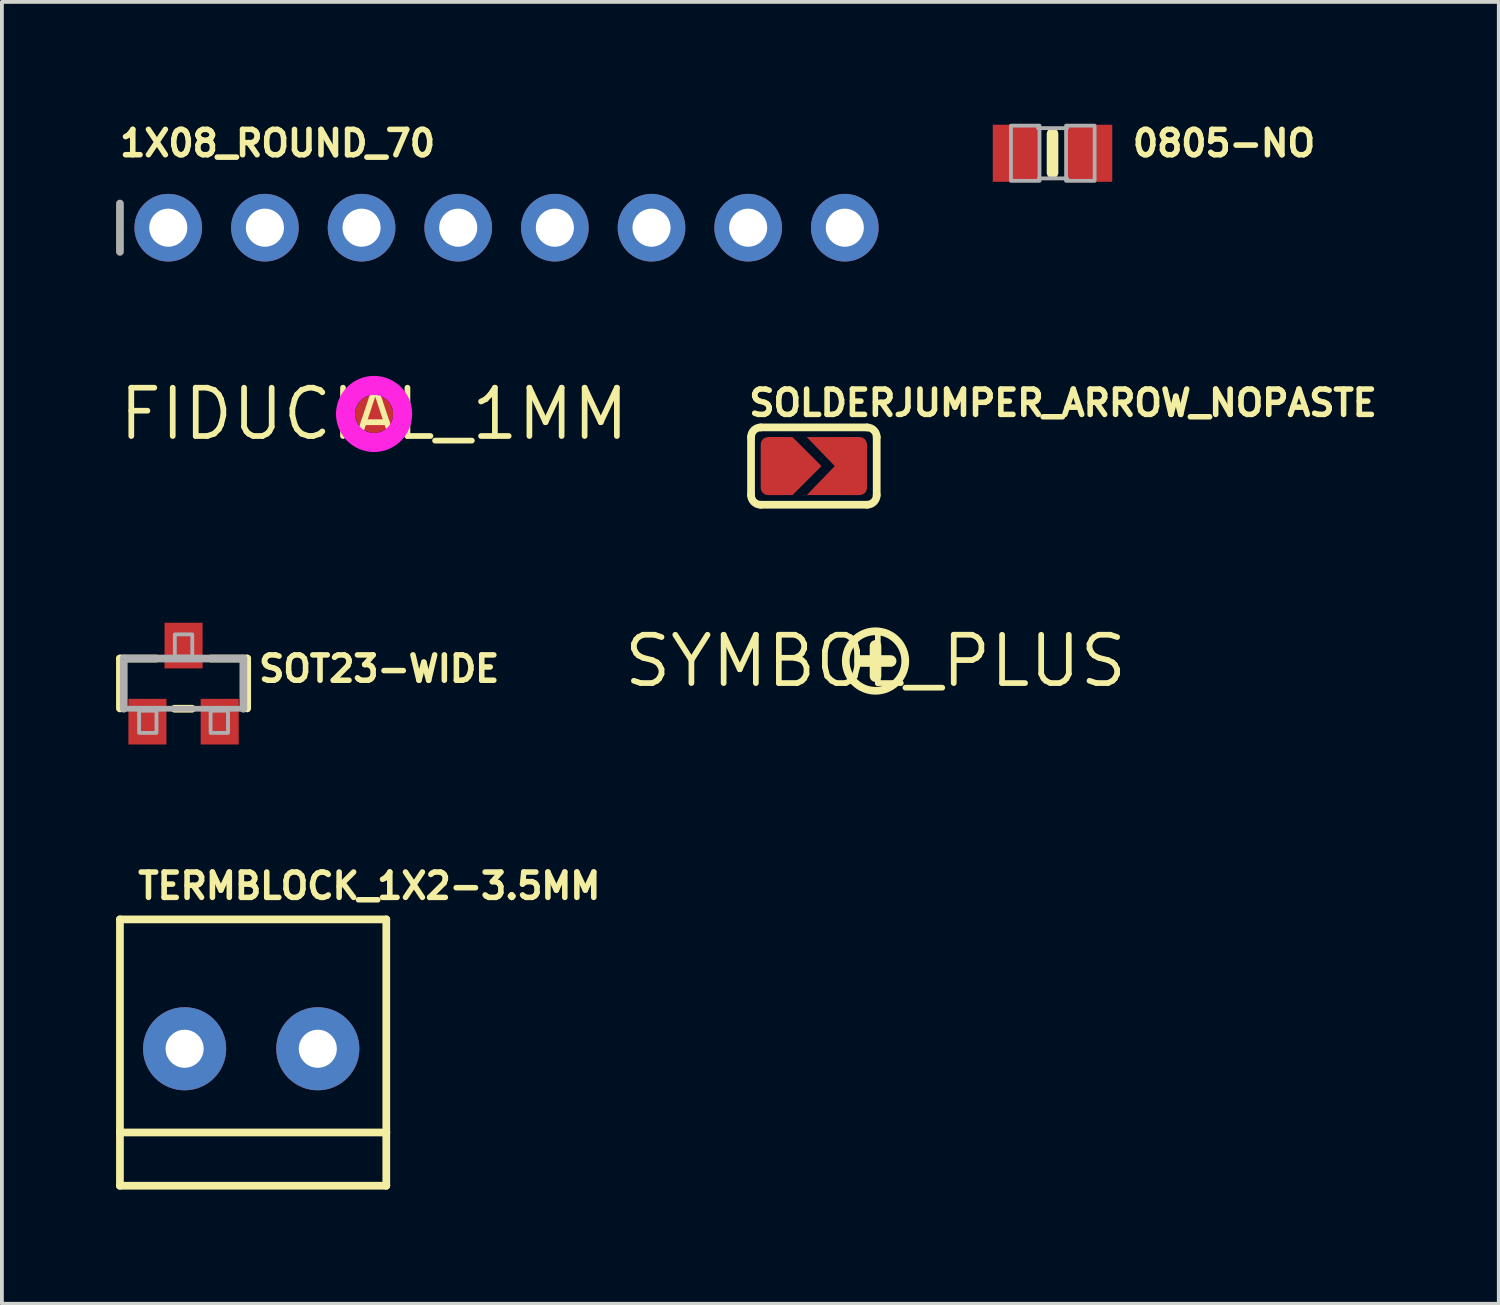
<source format=kicad_pcb>
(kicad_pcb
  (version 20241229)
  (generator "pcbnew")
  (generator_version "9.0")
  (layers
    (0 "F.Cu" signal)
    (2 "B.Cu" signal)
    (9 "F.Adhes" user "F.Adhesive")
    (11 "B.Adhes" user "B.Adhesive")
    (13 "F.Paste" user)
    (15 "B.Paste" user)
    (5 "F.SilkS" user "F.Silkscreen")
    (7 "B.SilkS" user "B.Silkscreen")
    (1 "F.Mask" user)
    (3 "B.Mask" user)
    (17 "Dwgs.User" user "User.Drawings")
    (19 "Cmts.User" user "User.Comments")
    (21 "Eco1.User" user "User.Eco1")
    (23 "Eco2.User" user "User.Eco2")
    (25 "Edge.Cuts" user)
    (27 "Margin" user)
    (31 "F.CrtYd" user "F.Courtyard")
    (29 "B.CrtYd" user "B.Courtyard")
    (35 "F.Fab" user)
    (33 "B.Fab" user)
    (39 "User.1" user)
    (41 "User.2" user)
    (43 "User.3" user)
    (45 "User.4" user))
  (footprint "SOLDERJUMPER_ARROW_NOPASTE"
    (layer "F.Cu")
    (at 18.339 9.199)
    (property "Reference" "SOLDERJUMPER_ARROW_NOPASTE" (at -1.778 -1.27 0) (layer "F.SilkS") (effects (font (size 0.666 0.666) (thickness 0.146)) (justify left bottom)))
    (fp_poly (pts (xy 0.201 0) (xy -0.561 0.762) (xy -1.168 0.762) (xy -1.168 -0.762) (xy -0.561 -0.762)) (stroke (width 0) (type solid)) (fill yes) (layer "F.Cu"))
    (fp_poly (pts (xy 1.168 0.762) (xy -0.187 0.762) (xy 0.549 0) (xy -0.187 -0.762) (xy 1.168 -0.762)) (stroke (width 0) (type solid)) (fill yes) (layer "F.Cu"))
    (fp_poly (pts (xy -1.46 0.826) (xy 1.46 0.826) (xy 1.46 -0.826) (xy -1.46 -0.826)) (stroke (width 0) (type solid)) (fill yes) (layer "F.Mask"))
    (fp_line (start -1.651 0.762) (end -1.651 -0.762) (stroke (width 0.203) (type solid)) (layer "F.SilkS"))
    (fp_line (start -1.397 -1.016) (end 1.397 -1.016) (stroke (width 0.203) (type solid)) (layer "F.SilkS"))
    (fp_line (start 1.397 1.016) (end -1.397 1.016) (stroke (width 0.203) (type solid)) (layer "F.SilkS"))
    (fp_line (start 1.651 0.762) (end 1.651 -0.762) (stroke (width 0.203) (type solid)) (layer "F.SilkS"))
    (fp_arc (start -1.651 -0.762) (mid -1.576605 -0.941605) (end -1.397 -1.016) (stroke (width 0.2032) (type solid)) (layer "F.SilkS"))
    (fp_arc (start -1.397 1.016) (mid -1.576605 0.941605) (end -1.651 0.762) (stroke (width 0.2032) (type solid)) (layer "F.SilkS"))
    (fp_arc (start 1.397 -1.016) (mid 1.576605 -0.941605) (end 1.651 -0.762) (stroke (width 0.2032) (type solid)) (layer "F.SilkS"))
    (fp_arc (start 1.651 0.762) (mid 1.576605 0.941605) (end 1.397 1.016) (stroke (width 0.2032) (type solid)) (layer "F.SilkS"))
    (pad "1" smd roundrect (at -1.016 0) (size 0.762 1.524) (layers "F.Cu") (roundrect_rratio 0.25))
    (pad "2" smd roundrect (at 1.016 0) (size 0.762 1.524) (layers "F.Cu") (roundrect_rratio 0.25)))
  (footprint "TERMBLOCK_1X2-3.5MM"
    (layer "F.Cu")
    (at 3.502 24.512)
    (property "Reference" "TERMBLOCK_1X2-3.5MM" (at -3 -3.89 0) (layer "F.SilkS") (effects (font (size 0.666 0.666) (thickness 0.146)) (justify left bottom)))
    (fp_line (start -3.4 -3.4) (end -3.4 2.2) (stroke (width 0.203) (type solid)) (layer "F.SilkS"))
    (fp_line (start -3.4 2.2) (end -3.4 3.6) (stroke (width 0.203) (type solid)) (layer "F.SilkS"))
    (fp_line (start -3.4 2.2) (end 3.6 2.2) (stroke (width 0.203) (type solid)) (layer "F.SilkS"))
    (fp_line (start -3.4 3.6) (end 3.6 3.6) (stroke (width 0.203) (type solid)) (layer "F.SilkS"))
    (fp_line (start 3.6 -3.4) (end -3.4 -3.4) (stroke (width 0.203) (type solid)) (layer "F.SilkS"))
    (fp_line (start 3.6 2.2) (end 3.6 -3.4) (stroke (width 0.203) (type solid)) (layer "F.SilkS"))
    (fp_line (start 3.6 3.6) (end 3.6 2.2) (stroke (width 0.203) (type solid)) (layer "F.SilkS"))
    (pad "1" thru_hole circle (at 1.8 0) (size 2.184 2.184) (drill 1) (layers "*.Cu" "*.Mask"))
    (pad "2" thru_hole circle (at -1.7 0) (size 2.184 2.184) (drill 1) (layers "*.Cu" "*.Mask")))
  (footprint "SYMBOL_PLUS"
    (layer "F.Cu")
    (at 19.959 14.322)
    (property "Reference" "SYMBOL_PLUS" (at 0 0 0) (layer "F.SilkS") (effects (font (size 1.27 1.27) (thickness 0.15))))
    (fp_line (start 0 -0.397) (end 0 0.397) (stroke (width 0.305) (type solid)) (layer "F.SilkS"))
    (fp_line (start 0.397 0) (end -0.397 0) (stroke (width 0.305) (type solid)) (layer "F.SilkS"))
    (fp_circle (center 0 0) (end 0.782 0) (stroke (width 0.203) (type solid)) (fill no) (layer "F.SilkS")))
  (footprint "0805-NO"
    (layer "F.Cu")
    (at 24.611 0.978)
    (property "Reference" "0805-NO" (at 2.032 0.127 0) (layer "F.SilkS") (effects (font (size 0.666 0.666) (thickness 0.146)) (justify left bottom)))
    (fp_line (start 0 -0.508) (end 0 0.508) (stroke (width 0.305) (type solid)) (layer "F.SilkS"))
    (fp_line (start -0.381 -0.66) (end 0.381 -0.66) (stroke (width 0.102) (type solid)) (layer "F.Fab"))
    (fp_line (start -0.356 0.66) (end 0.381 0.66) (stroke (width 0.102) (type solid)) (layer "F.Fab"))
    (fp_poly (pts (xy -1.092 0.724) (xy -0.342 0.724) (xy -0.342 -0.726) (xy -1.092 -0.726)) (stroke (width 0.1) (type solid)) (fill no) (layer "F.Fab"))
    (fp_poly (pts (xy 0.356 0.724) (xy 1.106 0.724) (xy 1.106 -0.726) (xy 0.356 -0.726)) (stroke (width 0.1) (type solid)) (fill no) (layer "F.Fab"))
    (pad "1" smd rect (at -0.95 0) (size 1.24 1.5) (layers "F.Cu" "F.Mask" "F.Paste"))
    (pad "2" smd rect (at 0.95 0) (size 1.24 1.5) (layers "F.Cu" "F.Mask" "F.Paste")))
  (footprint "1X08_ROUND_70"
    (layer "F.Cu")
    (at 10.262 2.934)
    (property "Reference" "1X08_ROUND_70" (at -10.236 -1.829 0) (layer "F.SilkS") (effects (font (size 0.666 0.666) (thickness 0.146)) (justify left bottom)))
    (fp_line (start -10.16 -0.635) (end -10.16 0.635) (stroke (width 0.203) (type solid)) (layer "F.Fab"))
    (fp_poly (pts (xy -9.144 0.254) (xy -8.636 0.254) (xy -8.636 -0.254) (xy -9.144 -0.254)) (stroke (width 0.1) (type solid)) (fill no) (layer "F.Fab"))
    (fp_poly (pts (xy -6.604 0.254) (xy -6.096 0.254) (xy -6.096 -0.254) (xy -6.604 -0.254)) (stroke (width 0.1) (type solid)) (fill no) (layer "F.Fab"))
    (fp_poly (pts (xy -4.064 0.254) (xy -3.556 0.254) (xy -3.556 -0.254) (xy -4.064 -0.254)) (stroke (width 0.1) (type solid)) (fill no) (layer "F.Fab"))
    (fp_poly (pts (xy -1.524 0.254) (xy -1.016 0.254) (xy -1.016 -0.254) (xy -1.524 -0.254)) (stroke (width 0.1) (type solid)) (fill no) (layer "F.Fab"))
    (fp_poly (pts (xy 1.016 0.254) (xy 1.524 0.254) (xy 1.524 -0.254) (xy 1.016 -0.254)) (stroke (width 0.1) (type solid)) (fill no) (layer "F.Fab"))
    (fp_poly (pts (xy 3.556 0.254) (xy 4.064 0.254) (xy 4.064 -0.254) (xy 3.556 -0.254)) (stroke (width 0.1) (type solid)) (fill no) (layer "F.Fab"))
    (fp_poly (pts (xy 6.096 0.254) (xy 6.604 0.254) (xy 6.604 -0.254) (xy 6.096 -0.254)) (stroke (width 0.1) (type solid)) (fill no) (layer "F.Fab"))
    (fp_poly (pts (xy 8.636 0.254) (xy 9.144 0.254) (xy 9.144 -0.254) (xy 8.636 -0.254)) (stroke (width 0.1) (type solid)) (fill no) (layer "F.Fab"))
    (pad "1" thru_hole circle (at -8.89 0 90) (size 1.778 1.778) (drill 1) (layers "*.Cu" "*.Mask"))
    (pad "2" thru_hole circle (at -6.35 0 90) (size 1.778 1.778) (drill 1) (layers "*.Cu" "*.Mask"))
    (pad "3" thru_hole circle (at -3.81 0 90) (size 1.778 1.778) (drill 1) (layers "*.Cu" "*.Mask"))
    (pad "4" thru_hole circle (at -1.27 0 90) (size 1.778 1.778) (drill 1) (layers "*.Cu" "*.Mask"))
    (pad "5" thru_hole circle (at 1.27 0 90) (size 1.778 1.778) (drill 1) (layers "*.Cu" "*.Mask"))
    (pad "6" thru_hole circle (at 3.81 0 90) (size 1.778 1.778) (drill 1) (layers "*.Cu" "*.Mask"))
    (pad "7" thru_hole circle (at 6.35 0 90) (size 1.778 1.778) (drill 1) (layers "*.Cu" "*.Mask"))
    (pad "8" thru_hole circle (at 8.89 0 90) (size 1.778 1.778) (drill 1) (layers "*.Cu" "*.Mask")))
  (footprint "SOT23-WIDE"
    (layer "F.Cu")
    (at 1.774 14.916)
    (property "Reference" "SOT23-WIDE" (at 1.905 0 0) (layer "F.SilkS") (effects (font (size 0.666 0.666) (thickness 0.146)) (justify left bottom)))
    (fp_line (start -1.672 -0.66) (end -0.714 -0.66) (stroke (width 0.203) (type solid)) (layer "F.SilkS"))
    (fp_line (start -1.672 0.652) (end -1.672 -0.66) (stroke (width 0.203) (type solid)) (layer "F.SilkS"))
    (fp_line (start 0.222 0.66) (end -0.236 0.66) (stroke (width 0.203) (type solid)) (layer "F.SilkS"))
    (fp_line (start 0.714 -0.66) (end 1.672 -0.66) (stroke (width 0.203) (type solid)) (layer "F.SilkS"))
    (fp_line (start 1.672 -0.66) (end 1.672 0.652) (stroke (width 0.203) (type solid)) (layer "F.SilkS"))
    (fp_line (start -1.572 -0.66) (end 1.572 -0.66) (stroke (width 0.203) (type solid)) (layer "F.Fab"))
    (fp_line (start -1.572 0.66) (end -1.572 -0.66) (stroke (width 0.203) (type solid)) (layer "F.Fab"))
    (fp_line (start 1.572 -0.66) (end 1.572 0.66) (stroke (width 0.203) (type solid)) (layer "F.Fab"))
    (fp_line (start 1.572 0.66) (end -1.572 0.66) (stroke (width 0.152) (type solid)) (layer "F.Fab"))
    (fp_poly (pts (xy -1.168 1.295) (xy -0.711 1.295) (xy -0.711 0.711) (xy -1.168 0.711)) (stroke (width 0.1) (type solid)) (fill no) (layer "F.Fab"))
    (fp_poly (pts (xy -0.229 -0.711) (xy 0.229 -0.711) (xy 0.229 -1.295) (xy -0.229 -1.295)) (stroke (width 0.1) (type solid)) (fill no) (layer "F.Fab"))
    (fp_poly (pts (xy 0.711 1.295) (xy 1.168 1.295) (xy 1.168 0.711) (xy 0.711 0.711)) (stroke (width 0.1) (type solid)) (fill no) (layer "F.Fab"))
    (pad "1" smd rect (at -0.95 1) (size 1 1.2) (layers "F.Cu" "F.Mask" "F.Paste"))
    (pad "2" smd rect (at 0.95 1) (size 1 1.2) (layers "F.Cu" "F.Mask" "F.Paste"))
    (pad "3" smd rect (at 0 -1) (size 1 1.2) (layers "F.Cu" "F.Mask" "F.Paste")))
  (footprint "FIDUCIAL_1MM"
    (layer "F.Cu")
    (at 6.781 7.829)
    (property "Reference" "FIDUCIAL_1MM" (at 0 0 0) (layer "F.SilkS") (effects (font (size 1.27 1.27) (thickness 0.15))))
    (fp_arc (start -0.75 0) (mid -0.53033 -0.53033) (end 0 -0.75) (stroke (width 0.5) (type solid)) (layer "F.Mask"))
    (fp_arc (start 0 -0.75) (mid 0.53033 -0.53033) (end 0.75 0) (stroke (width 0.5) (type solid)) (layer "F.Mask"))
    (fp_arc (start 0 0.75) (mid -0.53033 0.53033) (end -0.75 0) (stroke (width 0.5) (type solid)) (layer "F.Mask"))
    (fp_arc (start 0.75 0) (mid 0.53033 0.53033) (end 0 0.75) (stroke (width 0.5) (type solid)) (layer "F.Mask"))
    (fp_arc (start -0.75 0) (mid -0.53033 -0.53033) (end 0 -0.75) (stroke (width 0.5) (type solid)) (layer "F.CrtYd"))
    (fp_arc (start 0 -0.75) (mid 0.53033 -0.53033) (end 0.75 0) (stroke (width 0.5) (type solid)) (layer "F.CrtYd"))
    (fp_arc (start 0 0.75) (mid -0.53033 0.53033) (end -0.75 0) (stroke (width 0.5) (type solid)) (layer "F.CrtYd"))
    (fp_arc (start 0.75 0) (mid 0.53033 0.53033) (end 0 0.75) (stroke (width 0.5) (type solid)) (layer "F.CrtYd"))
    (pad "1" smd roundrect (at 0 0) (size 1 1) (layers "F.Cu" "F.Mask") (roundrect_rratio 0.5)))
  (gr_rect
    (start -3 -3)
    (end 36.339 31.213)
    (stroke (width 0.1) (type default))
    (fill no)
    (layer "Edge.Cuts")))
</source>
